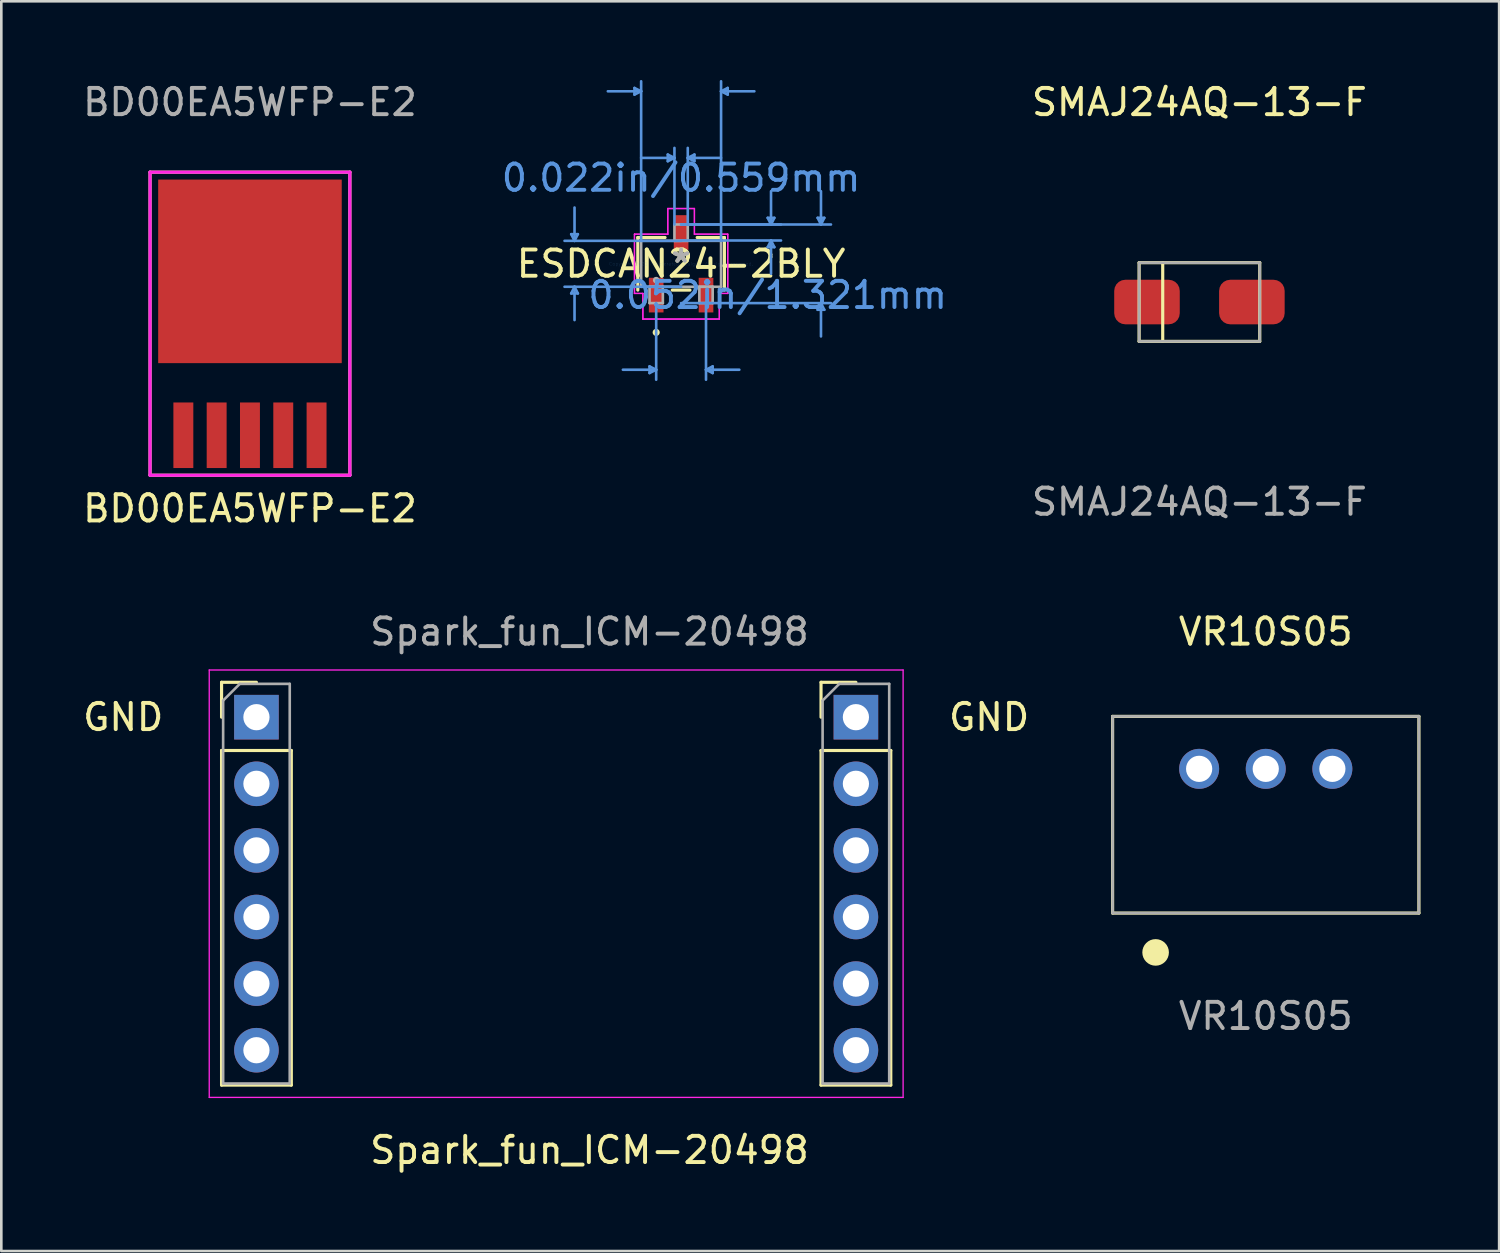
<source format=kicad_pcb>
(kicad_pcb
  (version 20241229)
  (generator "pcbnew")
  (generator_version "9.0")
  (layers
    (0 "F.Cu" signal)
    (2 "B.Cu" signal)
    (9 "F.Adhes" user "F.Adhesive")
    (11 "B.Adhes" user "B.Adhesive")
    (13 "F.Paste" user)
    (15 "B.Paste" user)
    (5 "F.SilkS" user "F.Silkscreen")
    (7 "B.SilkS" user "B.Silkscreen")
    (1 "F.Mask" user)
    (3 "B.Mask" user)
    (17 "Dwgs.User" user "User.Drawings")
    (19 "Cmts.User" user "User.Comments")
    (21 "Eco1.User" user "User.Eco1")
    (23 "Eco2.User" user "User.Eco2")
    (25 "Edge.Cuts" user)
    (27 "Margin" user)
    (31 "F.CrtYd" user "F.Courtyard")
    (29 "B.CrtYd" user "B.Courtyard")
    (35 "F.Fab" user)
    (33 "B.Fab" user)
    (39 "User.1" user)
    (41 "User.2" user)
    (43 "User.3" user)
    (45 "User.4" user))
  (footprint "SMAJ24AQ-13-F"
    (layer "F.Cu")
    (at 42.689 8.468)
    (property "Reference" "SMAJ24AQ-13-F" (at 0 -7.62 0) (unlocked yes) (layer "F.SilkS") (effects (font (size 1 1) (thickness 0.15))))
    (attr smd)
    (fp_line (start -2.3 -1.5) (end 2.3 -1.5) (stroke (width 0.12) (type solid)) (layer "F.SilkS"))
    (fp_line (start -2.3 1.5) (end -2.3 -1.5) (stroke (width 0.12) (type solid)) (layer "F.SilkS"))
    (fp_line (start -1.4 -1.5) (end -1.4 1.5) (stroke (width 0.12) (type solid)) (layer "F.SilkS"))
    (fp_line (start 2.3 -1.5) (end 2.3 1.5) (stroke (width 0.12) (type solid)) (layer "F.SilkS"))
    (fp_line (start 2.3 1.5) (end -2.3 1.5) (stroke (width 0.12) (type solid)) (layer "F.SilkS"))
    (fp_line (start -2.3 1.5) (end -2.3 -1.5) (stroke (width 0.1) (type solid)) (layer "F.Fab"))
    (fp_line (start 2.3 -1.5) (end -2.3 -1.5) (stroke (width 0.1) (type solid)) (layer "F.Fab"))
    (fp_line (start 2.3 1.5) (end -2.3 1.5) (stroke (width 0.1) (type solid)) (layer "F.Fab"))
    (fp_line (start 2.3 1.5) (end 2.3 -1.5) (stroke (width 0.1) (type solid)) (layer "F.Fab"))
    (fp_text user "${REFERENCE}" (at 0 7.62 0) (unlocked yes) (layer "F.Fab") (effects (font (size 1 1) (thickness 0.15))))
    (pad "1" smd roundrect (at -2 0) (size 2.5 1.7) (layers "F.Cu" "F.Mask" "F.Paste") (roundrect_rratio 0.25))
    (pad "2" smd roundrect (at 2 0) (size 2.5 1.7) (layers "F.Cu" "F.Mask" "F.Paste") (roundrect_rratio 0.25)))
  (footprint "VR10S05"
    (layer "F.Cu")
    (at 45.218 26.269)
    (property "Reference" "VR10S05" (at 0 -5.23 0) (unlocked yes) (layer "F.SilkS") (effects (font (size 1 1) (thickness 0.15))))
    (attr through_hole)
    (fp_line (start -5.84 -2) (end -5.84 5.5) (stroke (width 0.12) (type solid)) (layer "F.SilkS"))
    (fp_line (start -5.84 5.5) (end 5.84 5.5) (stroke (width 0.12) (type solid)) (layer "F.SilkS"))
    (fp_line (start 5.84 -2) (end -5.84 -2) (stroke (width 0.12) (type solid)) (layer "F.SilkS"))
    (fp_line (start 5.84 5.5) (end 5.84 -2) (stroke (width 0.12) (type solid)) (layer "F.SilkS"))
    (fp_circle (center -4.2 7) (end -3.753 7) (stroke (width 0.12) (type solid)) (fill yes) (layer "F.SilkS"))
    (fp_line (start -5.84 -2) (end 5.84 -2) (stroke (width 0.1) (type solid)) (layer "F.Fab"))
    (fp_line (start -5.84 5.5) (end -5.84 -2) (stroke (width 0.1) (type solid)) (layer "F.Fab"))
    (fp_line (start 5.84 -2) (end 5.84 5.5) (stroke (width 0.1) (type solid)) (layer "F.Fab"))
    (fp_line (start 5.84 5.5) (end -5.84 5.5) (stroke (width 0.1) (type solid)) (layer "F.Fab"))
    (fp_text user "${REFERENCE}" (at 0 9.43 0) (unlocked yes) (layer "F.Fab") (effects (font (size 1 1) (thickness 0.15))))
    (pad "1" thru_hole circle (at -2.54 0) (size 1.524 1.524) (drill 1) (layers "*.Cu" "*.Mask"))
    (pad "2" thru_hole circle (at 0 0) (size 1.524 1.524) (drill 1) (layers "*.Cu" "*.Mask"))
    (pad "3" thru_hole circle (at 2.54 0) (size 1.524 1.524) (drill 1) (layers "*.Cu" "*.Mask")))
  (footprint "Spark_fun_ICM-20498"
    (layer "F.Cu")
    (at 29.589 29.379)
    (property "Reference" "Spark_fun_ICM-20498" (at -10.16 11.43 0) (unlocked yes) (layer "F.SilkS") (effects (font (size 1 1) (thickness 0.15))))
    (attr smd)
    (fp_line (start -24.19 -6.41) (end -22.86 -6.41) (stroke (width 0.12) (type solid)) (layer "F.SilkS"))
    (fp_line (start -24.19 -5.08) (end -24.19 -6.41) (stroke (width 0.12) (type solid)) (layer "F.SilkS"))
    (fp_line (start -24.19 -3.81) (end -24.19 8.95) (stroke (width 0.12) (type solid)) (layer "F.SilkS"))
    (fp_line (start -24.19 -3.81) (end -21.53 -3.81) (stroke (width 0.12) (type solid)) (layer "F.SilkS"))
    (fp_line (start -24.19 8.95) (end -21.53 8.95) (stroke (width 0.12) (type solid)) (layer "F.SilkS"))
    (fp_line (start -21.53 -3.81) (end -21.53 8.95) (stroke (width 0.12) (type solid)) (layer "F.SilkS"))
    (fp_line (start -1.33 -6.41) (end 0 -6.41) (stroke (width 0.12) (type solid)) (layer "F.SilkS"))
    (fp_line (start -1.33 -5.08) (end -1.33 -6.41) (stroke (width 0.12) (type solid)) (layer "F.SilkS"))
    (fp_line (start -1.33 -3.81) (end -1.33 8.95) (stroke (width 0.12) (type solid)) (layer "F.SilkS"))
    (fp_line (start -1.33 -3.81) (end 1.33 -3.81) (stroke (width 0.12) (type solid)) (layer "F.SilkS"))
    (fp_line (start -1.33 8.95) (end 1.33 8.95) (stroke (width 0.12) (type solid)) (layer "F.SilkS"))
    (fp_line (start 1.33 -3.81) (end 1.33 8.95) (stroke (width 0.12) (type solid)) (layer "F.SilkS"))
    (fp_line (start -24.66 -6.88) (end -24.66 9.42) (stroke (width 0.05) (type solid)) (layer "F.CrtYd"))
    (fp_line (start -24.66 9.42) (end 1.8 9.42) (stroke (width 0.05) (type solid)) (layer "F.CrtYd"))
    (fp_line (start 1.8 -6.88) (end -24.66 -6.88) (stroke (width 0.05) (type solid)) (layer "F.CrtYd"))
    (fp_line (start 1.8 9.42) (end 1.8 -6.88) (stroke (width 0.05) (type solid)) (layer "F.CrtYd"))
    (fp_line (start -24.13 -5.715) (end -23.495 -6.35) (stroke (width 0.1) (type solid)) (layer "F.Fab"))
    (fp_line (start -24.13 8.89) (end -24.13 -5.715) (stroke (width 0.1) (type solid)) (layer "F.Fab"))
    (fp_line (start -23.495 -6.35) (end -21.59 -6.35) (stroke (width 0.1) (type solid)) (layer "F.Fab"))
    (fp_line (start -21.59 -6.35) (end -21.59 8.89) (stroke (width 0.1) (type solid)) (layer "F.Fab"))
    (fp_line (start -21.59 8.89) (end -24.13 8.89) (stroke (width 0.1) (type solid)) (layer "F.Fab"))
    (fp_line (start -1.27 -5.715) (end -0.635 -6.35) (stroke (width 0.1) (type solid)) (layer "F.Fab"))
    (fp_line (start -1.27 8.89) (end -1.27 -5.715) (stroke (width 0.1) (type solid)) (layer "F.Fab"))
    (fp_line (start -0.635 -6.35) (end 1.27 -6.35) (stroke (width 0.1) (type solid)) (layer "F.Fab"))
    (fp_line (start 1.27 -6.35) (end 1.27 8.89) (stroke (width 0.1) (type solid)) (layer "F.Fab"))
    (fp_line (start 1.27 8.89) (end -1.27 8.89) (stroke (width 0.1) (type solid)) (layer "F.Fab"))
    (fp_text user "GND" (at -27.94 -5.08 0) (unlocked yes) (layer "F.SilkS") (effects (font (size 1 1) (thickness 0.15))))
    (fp_text user "GND" (at 5.08 -5.08 0) (unlocked yes) (layer "F.SilkS") (effects (font (size 1 1) (thickness 0.15))))
    (fp_text user "${REFERENCE}" (at -10.16 -8.34 0) (unlocked yes) (layer "F.Fab") (effects (font (size 1 1) (thickness 0.15))))
    (pad "1" thru_hole rect (at 0 -5.08) (size 1.7 1.7) (drill 1) (layers "*.Cu" "*.Mask"))
    (pad "2" thru_hole oval (at 0 -2.54) (size 1.7 1.7) (drill 1) (layers "*.Cu" "*.Mask"))
    (pad "3" thru_hole oval (at 0 0) (size 1.7 1.7) (drill 1) (layers "*.Cu" "*.Mask"))
    (pad "4" thru_hole oval (at 0 2.54) (size 1.7 1.7) (drill 1) (layers "*.Cu" "*.Mask"))
    (pad "5" thru_hole oval (at 0 5.08) (size 1.7 1.7) (drill 1) (layers "*.Cu" "*.Mask"))
    (pad "6" thru_hole oval (at 0 7.62) (size 1.7 1.7) (drill 1) (layers "*.Cu" "*.Mask"))
    (pad "7" thru_hole oval (at -22.86 7.62) (size 1.7 1.7) (drill 1) (layers "*.Cu" "*.Mask"))
    (pad "8" thru_hole oval (at -22.86 5.08) (size 1.7 1.7) (drill 1) (layers "*.Cu" "*.Mask"))
    (pad "9" thru_hole oval (at -22.86 2.54) (size 1.7 1.7) (drill 1) (layers "*.Cu" "*.Mask"))
    (pad "11" thru_hole oval (at -22.86 0) (size 1.7 1.7) (drill 1) (layers "*.Cu" "*.Mask"))
    (pad "12" thru_hole oval (at -22.86 -2.54) (size 1.7 1.7) (drill 1) (layers "*.Cu" "*.Mask"))
    (pad "13" thru_hole rect (at -22.86 -5.08) (size 1.7 1.7) (drill 1) (layers "*.Cu" "*.Mask")))
  (footprint "BD00EA5WFP-E2"
    (layer "F.Cu")
    (at 6.482 13.548)
    (property "Reference" "BD00EA5WFP-E2" (at 0 2.794 0) (unlocked yes) (layer "F.SilkS") (effects (font (size 1 1) (thickness 0.15))))
    (attr smd)
    (fp_line (start -3.81 -10.033) (end 3.81 -10.033) (stroke (width 0.12) (type solid)) (layer "F.SilkS"))
    (fp_line (start -3.81 1.524) (end -3.81 -10.033) (stroke (width 0.12) (type solid)) (layer "F.SilkS"))
    (fp_line (start 3.81 -10.033) (end 3.81 1.524) (stroke (width 0.12) (type solid)) (layer "F.SilkS"))
    (fp_line (start 3.81 1.524) (end -3.81 1.524) (stroke (width 0.12) (type solid)) (layer "F.SilkS"))
    (fp_line (start -3.81 -10.033) (end -3.81 1.524) (stroke (width 0.12) (type solid)) (layer "F.CrtYd"))
    (fp_line (start -3.81 1.524) (end 3.81 1.524) (stroke (width 0.12) (type solid)) (layer "F.CrtYd"))
    (fp_line (start 3.81 -10.033) (end -3.81 -10.033) (stroke (width 0.12) (type solid)) (layer "F.CrtYd"))
    (fp_line (start 3.81 1.524) (end 3.81 -10.033) (stroke (width 0.12) (type solid)) (layer "F.CrtYd"))
    (fp_text user "${REFERENCE}" (at 0 -12.7 0) (unlocked yes) (layer "F.Fab") (effects (font (size 1 1) (thickness 0.15))))
    (pad "1" smd rect (at -2.54 0) (size 0.76 2.5) (layers "F.Cu" "F.Mask" "F.Paste"))
    (pad "2" smd rect (at -1.27 0) (size 0.76 2.5) (layers "F.Cu" "F.Mask" "F.Paste"))
    (pad "3" smd rect (at 0 0) (size 0.76 2.5) (layers "F.Cu" "F.Mask" "F.Paste"))
    (pad "4" smd rect (at 1.27 0) (size 0.76 2.5) (layers "F.Cu" "F.Mask" "F.Paste"))
    (pad "5" smd rect (at 2.54 0) (size 0.76 2.5) (layers "F.Cu" "F.Mask" "F.Paste"))
    (pad "6" smd rect (at 0 -6.25) (size 7 7) (layers "F.Cu" "F.Mask" "F.Paste")))
  (footprint "ESDCAN24-2BLY"
    (layer "F.Cu")
    (at 22.923 7.01)
    (property "Reference" "ESDCAN24-2BLY" (at 0 0 0) (layer "F.SilkS") (effects (font (size 1 1) (thickness 0.15))))
    (attr through_hole)
    (fp_line (start -1.651 -1.003) (end -1.651 1.003) (stroke (width 0.12) (type solid)) (layer "F.SilkS"))
    (fp_line (start -0.612 -1.003) (end -1.651 -1.003) (stroke (width 0.12) (type solid)) (layer "F.SilkS"))
    (fp_line (start -0.338 1.003) (end 0.338 1.003) (stroke (width 0.12) (type solid)) (layer "F.SilkS"))
    (fp_line (start 1.651 -1.003) (end 0.612 -1.003) (stroke (width 0.12) (type solid)) (layer "F.SilkS"))
    (fp_line (start 1.651 1.003) (end 1.651 -1.003) (stroke (width 0.12) (type solid)) (layer "F.SilkS"))
    (fp_circle (center -0.95 2.616) (end -0.874 2.616) (stroke (width 0.12) (type solid)) (fill no) (layer "F.SilkS"))
    (fp_line (start -4.191 -1.13) (end -3.937 -1.13) (stroke (width 0.1) (type solid)) (layer "Cmts.User"))
    (fp_line (start -4.191 1.13) (end -3.937 1.13) (stroke (width 0.1) (type solid)) (layer "Cmts.User"))
    (fp_line (start -4.064 -0.876) (end -4.191 -1.13) (stroke (width 0.1) (type solid)) (layer "Cmts.User"))
    (fp_line (start -4.064 -0.876) (end -4.064 -2.146) (stroke (width 0.1) (type solid)) (layer "Cmts.User"))
    (fp_line (start -4.064 -0.876) (end -3.937 -1.13) (stroke (width 0.1) (type solid)) (layer "Cmts.User"))
    (fp_line (start -4.064 0.876) (end -4.191 1.13) (stroke (width 0.1) (type solid)) (layer "Cmts.User"))
    (fp_line (start -4.064 0.876) (end -4.064 2.146) (stroke (width 0.1) (type solid)) (layer "Cmts.User"))
    (fp_line (start -4.064 0.876) (end -3.937 1.13) (stroke (width 0.1) (type solid)) (layer "Cmts.User"))
    (fp_line (start -1.778 -6.706) (end -1.778 -6.452) (stroke (width 0.1) (type solid)) (layer "Cmts.User"))
    (fp_line (start -1.524 -6.579) (end -2.794 -6.579) (stroke (width 0.1) (type solid)) (layer "Cmts.User"))
    (fp_line (start -1.524 -6.579) (end -1.778 -6.706) (stroke (width 0.1) (type solid)) (layer "Cmts.User"))
    (fp_line (start -1.524 -6.579) (end -1.778 -6.452) (stroke (width 0.1) (type solid)) (layer "Cmts.User"))
    (fp_line (start -1.524 -0.876) (end -1.524 -6.96) (stroke (width 0.1) (type solid)) (layer "Cmts.User"))
    (fp_line (start -1.204 3.912) (end -1.204 4.166) (stroke (width 0.1) (type solid)) (layer "Cmts.User"))
    (fp_line (start -0.95 1.499) (end -0.95 4.42) (stroke (width 0.1) (type solid)) (layer "Cmts.User"))
    (fp_line (start -0.95 4.039) (end -2.22 4.039) (stroke (width 0.1) (type solid)) (layer "Cmts.User"))
    (fp_line (start -0.95 4.039) (end -1.204 3.912) (stroke (width 0.1) (type solid)) (layer "Cmts.User"))
    (fp_line (start -0.95 4.039) (end -1.204 4.166) (stroke (width 0.1) (type solid)) (layer "Cmts.User"))
    (fp_line (start -0.508 -4.166) (end -0.508 -3.912) (stroke (width 0.1) (type solid)) (layer "Cmts.User"))
    (fp_line (start -0.254 -4.039) (end -1.524 -4.039) (stroke (width 0.1) (type solid)) (layer "Cmts.User"))
    (fp_line (start -0.254 -4.039) (end -0.508 -4.166) (stroke (width 0.1) (type solid)) (layer "Cmts.User"))
    (fp_line (start -0.254 -4.039) (end -0.508 -3.912) (stroke (width 0.1) (type solid)) (layer "Cmts.User"))
    (fp_line (start -0.254 -1.499) (end -0.254 -4.42) (stroke (width 0.1) (type solid)) (layer "Cmts.User"))
    (fp_line (start 0 -1.499) (end 3.81 -1.499) (stroke (width 0.1) (type solid)) (layer "Cmts.User"))
    (fp_line (start 0 -1.499) (end 5.715 -1.499) (stroke (width 0.1) (type solid)) (layer "Cmts.User"))
    (fp_line (start 0 -0.889) (end 3.81 -0.889) (stroke (width 0.1) (type solid)) (layer "Cmts.User"))
    (fp_line (start 0 -0.876) (end -4.445 -0.876) (stroke (width 0.1) (type solid)) (layer "Cmts.User"))
    (fp_line (start 0 0.876) (end -4.445 0.876) (stroke (width 0.1) (type solid)) (layer "Cmts.User"))
    (fp_line (start 0 1.499) (end 5.715 1.499) (stroke (width 0.1) (type solid)) (layer "Cmts.User"))
    (fp_line (start 0.254 -4.039) (end 0.508 -4.166) (stroke (width 0.1) (type solid)) (layer "Cmts.User"))
    (fp_line (start 0.254 -4.039) (end 0.508 -3.912) (stroke (width 0.1) (type solid)) (layer "Cmts.User"))
    (fp_line (start 0.254 -4.039) (end 1.524 -4.039) (stroke (width 0.1) (type solid)) (layer "Cmts.User"))
    (fp_line (start 0.254 -1.499) (end 0.254 -4.42) (stroke (width 0.1) (type solid)) (layer "Cmts.User"))
    (fp_line (start 0.508 -4.166) (end 0.508 -3.912) (stroke (width 0.1) (type solid)) (layer "Cmts.User"))
    (fp_line (start 0.95 1.499) (end 0.95 4.42) (stroke (width 0.1) (type solid)) (layer "Cmts.User"))
    (fp_line (start 0.95 4.039) (end 1.204 3.912) (stroke (width 0.1) (type solid)) (layer "Cmts.User"))
    (fp_line (start 0.95 4.039) (end 1.204 4.166) (stroke (width 0.1) (type solid)) (layer "Cmts.User"))
    (fp_line (start 0.95 4.039) (end 2.22 4.039) (stroke (width 0.1) (type solid)) (layer "Cmts.User"))
    (fp_line (start 1.204 3.912) (end 1.204 4.166) (stroke (width 0.1) (type solid)) (layer "Cmts.User"))
    (fp_line (start 1.524 -6.579) (end 1.778 -6.706) (stroke (width 0.1) (type solid)) (layer "Cmts.User"))
    (fp_line (start 1.524 -6.579) (end 1.778 -6.452) (stroke (width 0.1) (type solid)) (layer "Cmts.User"))
    (fp_line (start 1.524 -6.579) (end 2.794 -6.579) (stroke (width 0.1) (type solid)) (layer "Cmts.User"))
    (fp_line (start 1.524 -0.876) (end 1.524 -6.96) (stroke (width 0.1) (type solid)) (layer "Cmts.User"))
    (fp_line (start 1.778 -6.706) (end 1.778 -6.452) (stroke (width 0.1) (type solid)) (layer "Cmts.User"))
    (fp_line (start 3.302 -1.753) (end 3.556 -1.753) (stroke (width 0.1) (type solid)) (layer "Cmts.User"))
    (fp_line (start 3.302 -0.635) (end 3.556 -0.635) (stroke (width 0.1) (type solid)) (layer "Cmts.User"))
    (fp_line (start 3.429 -1.499) (end 3.302 -1.753) (stroke (width 0.1) (type solid)) (layer "Cmts.User"))
    (fp_line (start 3.429 -1.499) (end 3.429 -2.769) (stroke (width 0.1) (type solid)) (layer "Cmts.User"))
    (fp_line (start 3.429 -1.499) (end 3.556 -1.753) (stroke (width 0.1) (type solid)) (layer "Cmts.User"))
    (fp_line (start 3.429 -0.889) (end 3.302 -0.635) (stroke (width 0.1) (type solid)) (layer "Cmts.User"))
    (fp_line (start 3.429 -0.889) (end 3.429 0.381) (stroke (width 0.1) (type solid)) (layer "Cmts.User"))
    (fp_line (start 3.429 -0.889) (end 3.556 -0.635) (stroke (width 0.1) (type solid)) (layer "Cmts.User"))
    (fp_line (start 5.207 -1.753) (end 5.461 -1.753) (stroke (width 0.1) (type solid)) (layer "Cmts.User"))
    (fp_line (start 5.207 1.753) (end 5.461 1.753) (stroke (width 0.1) (type solid)) (layer "Cmts.User"))
    (fp_line (start 5.334 -1.499) (end 5.207 -1.753) (stroke (width 0.1) (type solid)) (layer "Cmts.User"))
    (fp_line (start 5.334 -1.499) (end 5.334 -2.769) (stroke (width 0.1) (type solid)) (layer "Cmts.User"))
    (fp_line (start 5.334 -1.499) (end 5.461 -1.753) (stroke (width 0.1) (type solid)) (layer "Cmts.User"))
    (fp_line (start 5.334 1.499) (end 5.207 1.753) (stroke (width 0.1) (type solid)) (layer "Cmts.User"))
    (fp_line (start 5.334 1.499) (end 5.334 2.769) (stroke (width 0.1) (type solid)) (layer "Cmts.User"))
    (fp_line (start 5.334 1.499) (end 5.461 1.753) (stroke (width 0.1) (type solid)) (layer "Cmts.User"))
    (fp_line (start -1.778 -1.13) (end -0.508 -1.13) (stroke (width 0.05) (type solid)) (layer "F.CrtYd"))
    (fp_line (start -1.778 -1.13) (end -0.508 -1.13) (stroke (width 0.05) (type solid)) (layer "F.CrtYd"))
    (fp_line (start -1.778 1.13) (end -1.778 -1.13) (stroke (width 0.05) (type solid)) (layer "F.CrtYd"))
    (fp_line (start -1.778 1.13) (end -1.778 -1.13) (stroke (width 0.05) (type solid)) (layer "F.CrtYd"))
    (fp_line (start -1.778 1.13) (end -1.458 1.13) (stroke (width 0.05) (type solid)) (layer "F.CrtYd"))
    (fp_line (start -1.458 1.13) (end -1.778 1.13) (stroke (width 0.05) (type solid)) (layer "F.CrtYd"))
    (fp_line (start -1.458 1.13) (end -1.458 2.108) (stroke (width 0.05) (type solid)) (layer "F.CrtYd"))
    (fp_line (start -1.458 2.108) (end -1.458 1.13) (stroke (width 0.05) (type solid)) (layer "F.CrtYd"))
    (fp_line (start -1.458 2.108) (end 1.458 2.108) (stroke (width 0.05) (type solid)) (layer "F.CrtYd"))
    (fp_line (start -0.508 -2.108) (end 0.508 -2.108) (stroke (width 0.05) (type solid)) (layer "F.CrtYd"))
    (fp_line (start -0.508 -2.108) (end 0.508 -2.108) (stroke (width 0.05) (type solid)) (layer "F.CrtYd"))
    (fp_line (start -0.508 -1.13) (end -0.508 -2.108) (stroke (width 0.05) (type solid)) (layer "F.CrtYd"))
    (fp_line (start -0.508 -1.13) (end -0.508 -2.108) (stroke (width 0.05) (type solid)) (layer "F.CrtYd"))
    (fp_line (start 0.508 -2.108) (end 0.508 -1.13) (stroke (width 0.05) (type solid)) (layer "F.CrtYd"))
    (fp_line (start 0.508 -1.13) (end 0.508 -2.108) (stroke (width 0.05) (type solid)) (layer "F.CrtYd"))
    (fp_line (start 0.508 -1.13) (end 1.778 -1.13) (stroke (width 0.05) (type solid)) (layer "F.CrtYd"))
    (fp_line (start 1.458 1.13) (end 1.458 2.108) (stroke (width 0.05) (type solid)) (layer "F.CrtYd"))
    (fp_line (start 1.458 1.13) (end 1.458 2.108) (stroke (width 0.05) (type solid)) (layer "F.CrtYd"))
    (fp_line (start 1.458 2.108) (end -1.458 2.108) (stroke (width 0.05) (type solid)) (layer "F.CrtYd"))
    (fp_line (start 1.778 -1.13) (end 0.508 -1.13) (stroke (width 0.05) (type solid)) (layer "F.CrtYd"))
    (fp_line (start 1.778 -1.13) (end 1.778 1.13) (stroke (width 0.05) (type solid)) (layer "F.CrtYd"))
    (fp_line (start 1.778 -1.13) (end 1.778 1.13) (stroke (width 0.05) (type solid)) (layer "F.CrtYd"))
    (fp_line (start 1.778 1.13) (end 1.458 1.13) (stroke (width 0.05) (type solid)) (layer "F.CrtYd"))
    (fp_line (start 1.778 1.13) (end 1.458 1.13) (stroke (width 0.05) (type solid)) (layer "F.CrtYd"))
    (fp_line (start -1.524 -0.876) (end -1.524 0.876) (stroke (width 0.1) (type solid)) (layer "F.Fab"))
    (fp_line (start -1.524 0.876) (end 1.524 0.876) (stroke (width 0.1) (type solid)) (layer "F.Fab"))
    (fp_line (start -1.204 0.876) (end -1.204 1.499) (stroke (width 0.1) (type solid)) (layer "F.Fab"))
    (fp_line (start -1.204 1.499) (end -0.696 1.499) (stroke (width 0.1) (type solid)) (layer "F.Fab"))
    (fp_line (start -0.696 0.876) (end -1.204 0.876) (stroke (width 0.1) (type solid)) (layer "F.Fab"))
    (fp_line (start -0.696 1.499) (end -0.696 0.876) (stroke (width 0.1) (type solid)) (layer "F.Fab"))
    (fp_line (start -0.254 -1.499) (end -0.254 -0.876) (stroke (width 0.1) (type solid)) (layer "F.Fab"))
    (fp_line (start -0.254 -0.876) (end 0.254 -0.876) (stroke (width 0.1) (type solid)) (layer "F.Fab"))
    (fp_line (start 0.254 -1.499) (end -0.254 -1.499) (stroke (width 0.1) (type solid)) (layer "F.Fab"))
    (fp_line (start 0.254 -0.876) (end 0.254 -1.499) (stroke (width 0.1) (type solid)) (layer "F.Fab"))
    (fp_line (start 0.696 0.876) (end 0.696 1.499) (stroke (width 0.1) (type solid)) (layer "F.Fab"))
    (fp_line (start 0.696 1.499) (end 1.204 1.499) (stroke (width 0.1) (type solid)) (layer "F.Fab"))
    (fp_line (start 1.204 0.876) (end 0.696 0.876) (stroke (width 0.1) (type solid)) (layer "F.Fab"))
    (fp_line (start 1.204 1.499) (end 1.204 0.876) (stroke (width 0.1) (type solid)) (layer "F.Fab"))
    (fp_line (start 1.524 -0.876) (end -1.524 -0.876) (stroke (width 0.1) (type solid)) (layer "F.Fab"))
    (fp_line (start 1.524 0.876) (end 1.524 -0.876) (stroke (width 0.1) (type solid)) (layer "F.Fab"))
    (fp_circle (center -0.95 0.622) (end -0.874 0.622) (stroke (width 0.1) (type solid)) (fill no) (layer "F.Fab"))
    (fp_text user "*" (at 0 0 0) (layer "F.SilkS") (effects (font (size 1 1) (thickness 0.15))))
    (fp_text user "0.052in/1.321mm" (at 3.302 1.194 0) (layer "Cmts.User") (effects (font (size 1 1) (thickness 0.15))))
    (fp_text user "Copyright 2021 Accelerated Designs. All rights reserved." (at 0 0 0) (layer "Cmts.User") (effects (font (size 0.127 0.127) (thickness 0.002))))
    (fp_text user "0.022in/0.559mm" (at 0 -3.277 0) (layer "Cmts.User") (effects (font (size 1 1) (thickness 0.15))))
    (fp_text user "*" (at 0 0 0) (layer "F.Fab") (effects (font (size 1 1) (thickness 0.15))))
    (pad "1" smd rect (at -0.95 1.194) (size 0.559 1.321) (layers "F.Cu" "F.Mask" "F.Paste"))
    (pad "2" smd rect (at 0.95 1.194) (size 0.559 1.321) (layers "F.Cu" "F.Mask" "F.Paste"))
    (pad "3" smd rect (at 0 -1.194) (size 0.559 1.321) (layers "F.Cu" "F.Mask" "F.Paste")))
  (gr_rect
    (start -3 -3)
    (end 54.118 44.657)
    (stroke (width 0.1) (type default))
    (fill no)
    (layer "Edge.Cuts")))
</source>
